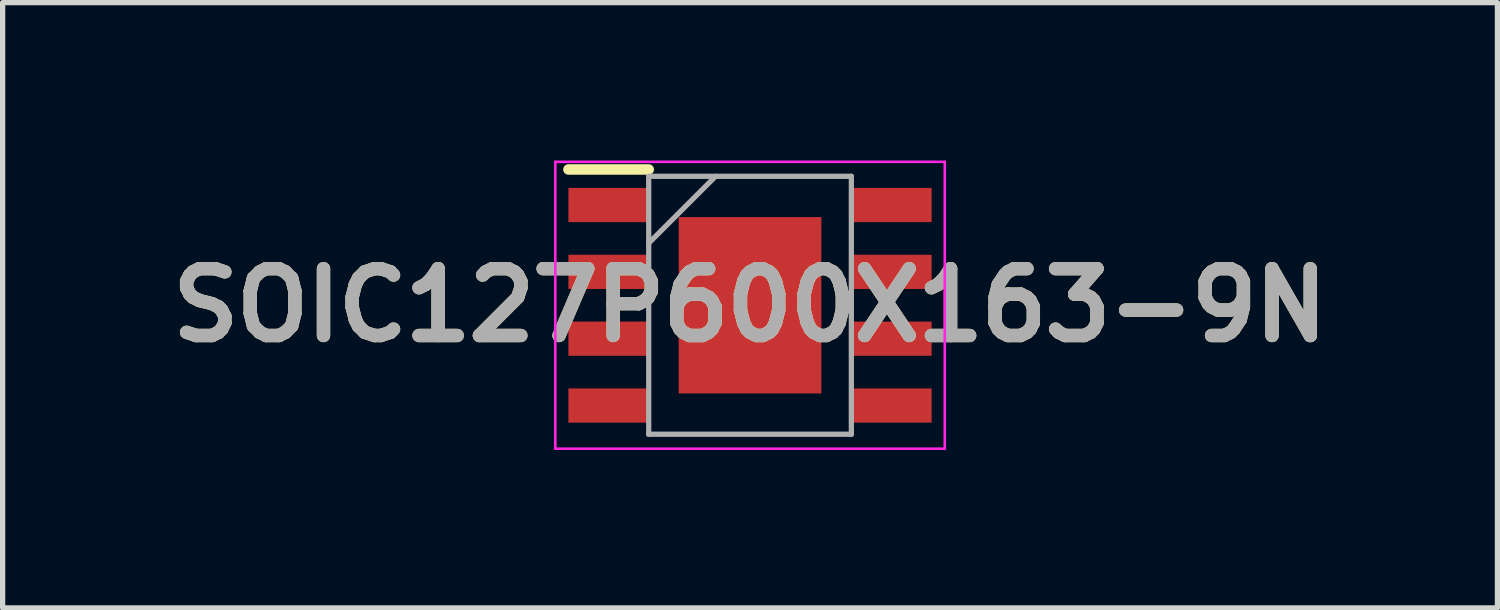
<source format=kicad_pcb>
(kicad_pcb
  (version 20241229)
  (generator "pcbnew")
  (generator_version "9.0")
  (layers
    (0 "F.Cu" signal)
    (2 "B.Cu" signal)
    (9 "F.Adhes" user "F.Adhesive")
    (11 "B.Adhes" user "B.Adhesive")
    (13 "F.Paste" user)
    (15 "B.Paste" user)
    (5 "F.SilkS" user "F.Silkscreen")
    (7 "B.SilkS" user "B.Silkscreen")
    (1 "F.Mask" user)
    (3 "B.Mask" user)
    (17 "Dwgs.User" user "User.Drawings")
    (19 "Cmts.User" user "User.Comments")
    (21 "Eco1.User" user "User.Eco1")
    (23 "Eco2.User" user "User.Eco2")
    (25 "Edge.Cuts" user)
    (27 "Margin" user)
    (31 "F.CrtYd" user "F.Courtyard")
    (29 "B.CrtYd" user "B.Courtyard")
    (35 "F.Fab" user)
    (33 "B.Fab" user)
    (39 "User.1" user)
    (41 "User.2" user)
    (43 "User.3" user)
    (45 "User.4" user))
  (footprint "SOIC127P600X163-9N"
    (layer "F.Cu")
    (at 11.2 2.75)
    (property "Reference" "SOIC127P600X163-9N" (at 0 0 0) (layer "F.SilkS") (effects (font (size 1.27 1.27) (thickness 0.254))))
    (attr smd)
    (fp_line (start -3.45 -2.58) (end -1.925 -2.58) (stroke (width 0.2) (type solid)) (layer "F.SilkS"))
    (fp_line (start -3.7 -2.725) (end 3.7 -2.725) (stroke (width 0.05) (type solid)) (layer "F.CrtYd"))
    (fp_line (start -3.7 2.725) (end -3.7 -2.725) (stroke (width 0.05) (type solid)) (layer "F.CrtYd"))
    (fp_line (start 3.7 -2.725) (end 3.7 2.725) (stroke (width 0.05) (type solid)) (layer "F.CrtYd"))
    (fp_line (start 3.7 2.725) (end -3.7 2.725) (stroke (width 0.05) (type solid)) (layer "F.CrtYd"))
    (fp_line (start -1.925 -2.45) (end 1.925 -2.45) (stroke (width 0.1) (type solid)) (layer "F.Fab"))
    (fp_line (start -1.925 -1.18) (end -0.655 -2.45) (stroke (width 0.1) (type solid)) (layer "F.Fab"))
    (fp_line (start -1.925 2.45) (end -1.925 -2.45) (stroke (width 0.1) (type solid)) (layer "F.Fab"))
    (fp_line (start 1.925 -2.45) (end 1.925 2.45) (stroke (width 0.1) (type solid)) (layer "F.Fab"))
    (fp_line (start 1.925 2.45) (end -1.925 2.45) (stroke (width 0.1) (type solid)) (layer "F.Fab"))
    (fp_text user "${REFERENCE}" (at 0 0 0) (layer "F.Fab") (effects (font (size 1.27 1.27) (thickness 0.254))))
    (pad "1" smd rect (at -2.688 -1.905 90) (size 0.65 1.525) (layers "F.Cu" "F.Mask" "F.Paste"))
    (pad "2" smd rect (at -2.688 -0.635 90) (size 0.65 1.525) (layers "F.Cu" "F.Mask" "F.Paste"))
    (pad "3" smd rect (at -2.688 0.635 90) (size 0.65 1.525) (layers "F.Cu" "F.Mask" "F.Paste"))
    (pad "4" smd rect (at -2.688 1.905 90) (size 0.65 1.525) (layers "F.Cu" "F.Mask" "F.Paste"))
    (pad "5" smd rect (at 2.688 1.905 90) (size 0.65 1.525) (layers "F.Cu" "F.Mask" "F.Paste"))
    (pad "6" smd rect (at 2.688 0.635 90) (size 0.65 1.525) (layers "F.Cu" "F.Mask" "F.Paste"))
    (pad "7" smd rect (at 2.688 -0.635 90) (size 0.65 1.525) (layers "F.Cu" "F.Mask" "F.Paste"))
    (pad "8" smd rect (at 2.688 -1.905 90) (size 0.65 1.525) (layers "F.Cu" "F.Mask" "F.Paste"))
    (pad "9" smd rect (at 0 0) (size 2.71 3.35) (layers "F.Cu" "F.Mask" "F.Paste")))
  (gr_rect
    (start -3 -3)
    (end 25.4 8.5)
    (stroke (width 0.1) (type default))
    (fill no)
    (layer "Edge.Cuts")))
</source>
